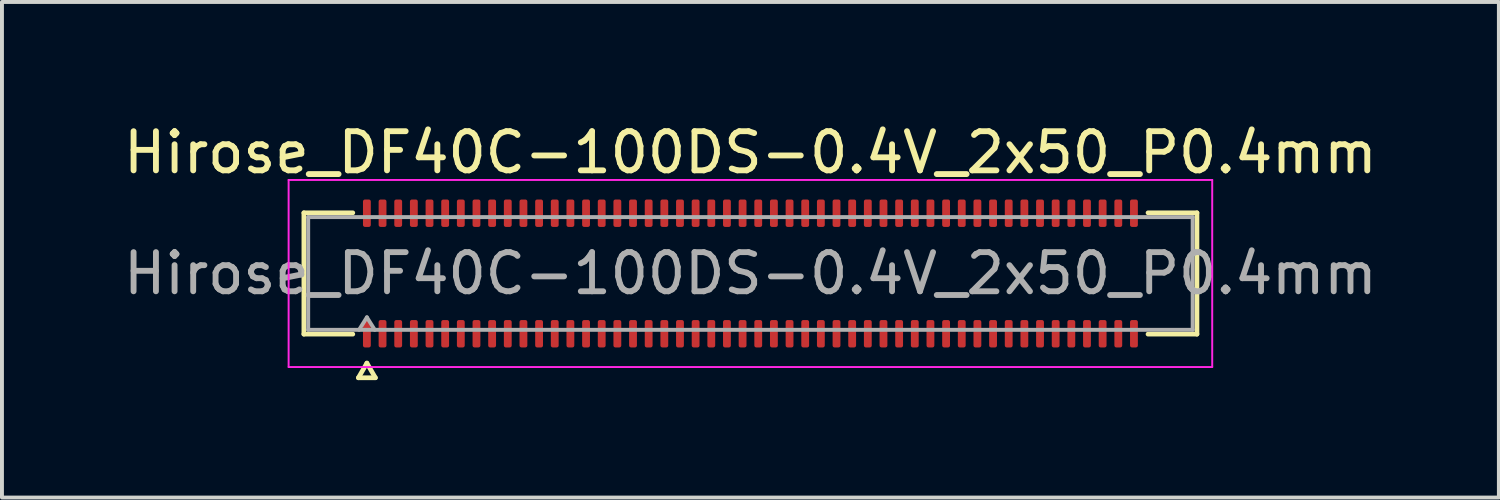
<source format=kicad_pcb>
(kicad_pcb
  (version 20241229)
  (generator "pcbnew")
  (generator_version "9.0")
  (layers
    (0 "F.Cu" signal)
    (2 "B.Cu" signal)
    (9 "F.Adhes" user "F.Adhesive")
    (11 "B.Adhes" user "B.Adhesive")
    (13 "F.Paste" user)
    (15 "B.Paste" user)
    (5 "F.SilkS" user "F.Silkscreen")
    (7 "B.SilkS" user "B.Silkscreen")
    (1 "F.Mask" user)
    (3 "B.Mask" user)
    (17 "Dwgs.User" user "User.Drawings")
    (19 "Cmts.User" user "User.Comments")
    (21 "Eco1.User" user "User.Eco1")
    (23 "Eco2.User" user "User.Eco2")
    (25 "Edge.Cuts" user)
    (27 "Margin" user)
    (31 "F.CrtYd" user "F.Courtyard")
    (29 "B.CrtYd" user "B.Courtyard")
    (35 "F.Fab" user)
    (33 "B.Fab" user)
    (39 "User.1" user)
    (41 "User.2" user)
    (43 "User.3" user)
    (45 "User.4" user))
  (footprint "Hirose_DF40C-100DS-0.4V_2x50_P0.4mm"
    (layer "F.Cu")
    (at 16.125 3.938)
    (property "Reference" "Hirose_DF40C-100DS-0.4V_2x50_P0.4mm" (at 0 -3.09 0) (layer "F.SilkS") (effects (font (size 1 1) (thickness 0.15))))
    (attr smd)
    (fp_line (start -11.41 -1.55) (end -10.16 -1.55) (stroke (width 0.12) (type solid)) (layer "F.SilkS"))
    (fp_line (start -11.41 1.55) (end -11.41 -1.55) (stroke (width 0.12) (type solid)) (layer "F.SilkS"))
    (fp_line (start -10.16 1.55) (end -11.41 1.55) (stroke (width 0.12) (type solid)) (layer "F.SilkS"))
    (fp_line (start -10.017 2.665) (end -9.8 2.29) (stroke (width 0.12) (type solid)) (layer "F.SilkS"))
    (fp_line (start -9.8 2.29) (end -9.583 2.665) (stroke (width 0.12) (type solid)) (layer "F.SilkS"))
    (fp_line (start -9.583 2.665) (end -10.017 2.665) (stroke (width 0.12) (type solid)) (layer "F.SilkS"))
    (fp_line (start 10.16 -1.55) (end 11.41 -1.55) (stroke (width 0.12) (type solid)) (layer "F.SilkS"))
    (fp_line (start 11.41 -1.55) (end 11.41 1.55) (stroke (width 0.12) (type solid)) (layer "F.SilkS"))
    (fp_line (start 11.41 1.55) (end 10.16 1.55) (stroke (width 0.12) (type solid)) (layer "F.SilkS"))
    (fp_line (start -11.8 -2.39) (end -11.8 2.39) (stroke (width 0.05) (type solid)) (layer "F.CrtYd"))
    (fp_line (start -11.8 2.39) (end 11.8 2.39) (stroke (width 0.05) (type solid)) (layer "F.CrtYd"))
    (fp_line (start 11.8 -2.39) (end -11.8 -2.39) (stroke (width 0.05) (type solid)) (layer "F.CrtYd"))
    (fp_line (start 11.8 2.39) (end 11.8 -2.39) (stroke (width 0.05) (type solid)) (layer "F.CrtYd"))
    (fp_line (start -11.3 -1.44) (end 11.3 -1.44) (stroke (width 0.1) (type solid)) (layer "F.Fab"))
    (fp_line (start -11.3 1.44) (end -11.3 -1.44) (stroke (width 0.1) (type solid)) (layer "F.Fab"))
    (fp_line (start -10 1.44) (end -9.8 1.12) (stroke (width 0.1) (type solid)) (layer "F.Fab"))
    (fp_line (start -9.8 1.12) (end -9.6 1.44) (stroke (width 0.1) (type solid)) (layer "F.Fab"))
    (fp_line (start 11.3 -1.44) (end 11.3 1.44) (stroke (width 0.1) (type solid)) (layer "F.Fab"))
    (fp_line (start 11.3 1.44) (end -11.3 1.44) (stroke (width 0.1) (type solid)) (layer "F.Fab"))
    (fp_text user "${REFERENCE}" (at 0 0 0) (layer "F.Fab") (effects (font (size 1 1) (thickness 0.15))))
    (pad "1" smd roundrect (at -9.8 1.54) (size 0.2 0.7) (layers "F.Cu" "F.Mask" "F.Paste") (roundrect_rratio 0.25))
    (pad "2" smd roundrect (at -9.8 -1.54) (size 0.2 0.7) (layers "F.Cu" "F.Mask" "F.Paste") (roundrect_rratio 0.25))
    (pad "3" smd roundrect (at -9.4 1.54) (size 0.2 0.7) (layers "F.Cu" "F.Mask" "F.Paste") (roundrect_rratio 0.25))
    (pad "4" smd roundrect (at -9.4 -1.54) (size 0.2 0.7) (layers "F.Cu" "F.Mask" "F.Paste") (roundrect_rratio 0.25))
    (pad "5" smd roundrect (at -9 1.54) (size 0.2 0.7) (layers "F.Cu" "F.Mask" "F.Paste") (roundrect_rratio 0.25))
    (pad "6" smd roundrect (at -9 -1.54) (size 0.2 0.7) (layers "F.Cu" "F.Mask" "F.Paste") (roundrect_rratio 0.25))
    (pad "7" smd roundrect (at -8.6 1.54) (size 0.2 0.7) (layers "F.Cu" "F.Mask" "F.Paste") (roundrect_rratio 0.25))
    (pad "8" smd roundrect (at -8.6 -1.54) (size 0.2 0.7) (layers "F.Cu" "F.Mask" "F.Paste") (roundrect_rratio 0.25))
    (pad "9" smd roundrect (at -8.2 1.54) (size 0.2 0.7) (layers "F.Cu" "F.Mask" "F.Paste") (roundrect_rratio 0.25))
    (pad "10" smd roundrect (at -8.2 -1.54) (size 0.2 0.7) (layers "F.Cu" "F.Mask" "F.Paste") (roundrect_rratio 0.25))
    (pad "11" smd roundrect (at -7.8 1.54) (size 0.2 0.7) (layers "F.Cu" "F.Mask" "F.Paste") (roundrect_rratio 0.25))
    (pad "12" smd roundrect (at -7.8 -1.54) (size 0.2 0.7) (layers "F.Cu" "F.Mask" "F.Paste") (roundrect_rratio 0.25))
    (pad "13" smd roundrect (at -7.4 1.54) (size 0.2 0.7) (layers "F.Cu" "F.Mask" "F.Paste") (roundrect_rratio 0.25))
    (pad "14" smd roundrect (at -7.4 -1.54) (size 0.2 0.7) (layers "F.Cu" "F.Mask" "F.Paste") (roundrect_rratio 0.25))
    (pad "15" smd roundrect (at -7 1.54) (size 0.2 0.7) (layers "F.Cu" "F.Mask" "F.Paste") (roundrect_rratio 0.25))
    (pad "16" smd roundrect (at -7 -1.54) (size 0.2 0.7) (layers "F.Cu" "F.Mask" "F.Paste") (roundrect_rratio 0.25))
    (pad "17" smd roundrect (at -6.6 1.54) (size 0.2 0.7) (layers "F.Cu" "F.Mask" "F.Paste") (roundrect_rratio 0.25))
    (pad "18" smd roundrect (at -6.6 -1.54) (size 0.2 0.7) (layers "F.Cu" "F.Mask" "F.Paste") (roundrect_rratio 0.25))
    (pad "19" smd roundrect (at -6.2 1.54) (size 0.2 0.7) (layers "F.Cu" "F.Mask" "F.Paste") (roundrect_rratio 0.25))
    (pad "20" smd roundrect (at -6.2 -1.54) (size 0.2 0.7) (layers "F.Cu" "F.Mask" "F.Paste") (roundrect_rratio 0.25))
    (pad "21" smd roundrect (at -5.8 1.54) (size 0.2 0.7) (layers "F.Cu" "F.Mask" "F.Paste") (roundrect_rratio 0.25))
    (pad "22" smd roundrect (at -5.8 -1.54) (size 0.2 0.7) (layers "F.Cu" "F.Mask" "F.Paste") (roundrect_rratio 0.25))
    (pad "23" smd roundrect (at -5.4 1.54) (size 0.2 0.7) (layers "F.Cu" "F.Mask" "F.Paste") (roundrect_rratio 0.25))
    (pad "24" smd roundrect (at -5.4 -1.54) (size 0.2 0.7) (layers "F.Cu" "F.Mask" "F.Paste") (roundrect_rratio 0.25))
    (pad "25" smd roundrect (at -5 1.54) (size 0.2 0.7) (layers "F.Cu" "F.Mask" "F.Paste") (roundrect_rratio 0.25))
    (pad "26" smd roundrect (at -5 -1.54) (size 0.2 0.7) (layers "F.Cu" "F.Mask" "F.Paste") (roundrect_rratio 0.25))
    (pad "27" smd roundrect (at -4.6 1.54) (size 0.2 0.7) (layers "F.Cu" "F.Mask" "F.Paste") (roundrect_rratio 0.25))
    (pad "28" smd roundrect (at -4.6 -1.54) (size 0.2 0.7) (layers "F.Cu" "F.Mask" "F.Paste") (roundrect_rratio 0.25))
    (pad "29" smd roundrect (at -4.2 1.54) (size 0.2 0.7) (layers "F.Cu" "F.Mask" "F.Paste") (roundrect_rratio 0.25))
    (pad "30" smd roundrect (at -4.2 -1.54) (size 0.2 0.7) (layers "F.Cu" "F.Mask" "F.Paste") (roundrect_rratio 0.25))
    (pad "31" smd roundrect (at -3.8 1.54) (size 0.2 0.7) (layers "F.Cu" "F.Mask" "F.Paste") (roundrect_rratio 0.25))
    (pad "32" smd roundrect (at -3.8 -1.54) (size 0.2 0.7) (layers "F.Cu" "F.Mask" "F.Paste") (roundrect_rratio 0.25))
    (pad "33" smd roundrect (at -3.4 1.54) (size 0.2 0.7) (layers "F.Cu" "F.Mask" "F.Paste") (roundrect_rratio 0.25))
    (pad "34" smd roundrect (at -3.4 -1.54) (size 0.2 0.7) (layers "F.Cu" "F.Mask" "F.Paste") (roundrect_rratio 0.25))
    (pad "35" smd roundrect (at -3 1.54) (size 0.2 0.7) (layers "F.Cu" "F.Mask" "F.Paste") (roundrect_rratio 0.25))
    (pad "36" smd roundrect (at -3 -1.54) (size 0.2 0.7) (layers "F.Cu" "F.Mask" "F.Paste") (roundrect_rratio 0.25))
    (pad "37" smd roundrect (at -2.6 1.54) (size 0.2 0.7) (layers "F.Cu" "F.Mask" "F.Paste") (roundrect_rratio 0.25))
    (pad "38" smd roundrect (at -2.6 -1.54) (size 0.2 0.7) (layers "F.Cu" "F.Mask" "F.Paste") (roundrect_rratio 0.25))
    (pad "39" smd roundrect (at -2.2 1.54) (size 0.2 0.7) (layers "F.Cu" "F.Mask" "F.Paste") (roundrect_rratio 0.25))
    (pad "40" smd roundrect (at -2.2 -1.54) (size 0.2 0.7) (layers "F.Cu" "F.Mask" "F.Paste") (roundrect_rratio 0.25))
    (pad "41" smd roundrect (at -1.8 1.54) (size 0.2 0.7) (layers "F.Cu" "F.Mask" "F.Paste") (roundrect_rratio 0.25))
    (pad "42" smd roundrect (at -1.8 -1.54) (size 0.2 0.7) (layers "F.Cu" "F.Mask" "F.Paste") (roundrect_rratio 0.25))
    (pad "43" smd roundrect (at -1.4 1.54) (size 0.2 0.7) (layers "F.Cu" "F.Mask" "F.Paste") (roundrect_rratio 0.25))
    (pad "44" smd roundrect (at -1.4 -1.54) (size 0.2 0.7) (layers "F.Cu" "F.Mask" "F.Paste") (roundrect_rratio 0.25))
    (pad "45" smd roundrect (at -1 1.54) (size 0.2 0.7) (layers "F.Cu" "F.Mask" "F.Paste") (roundrect_rratio 0.25))
    (pad "46" smd roundrect (at -1 -1.54) (size 0.2 0.7) (layers "F.Cu" "F.Mask" "F.Paste") (roundrect_rratio 0.25))
    (pad "47" smd roundrect (at -0.6 1.54) (size 0.2 0.7) (layers "F.Cu" "F.Mask" "F.Paste") (roundrect_rratio 0.25))
    (pad "48" smd roundrect (at -0.6 -1.54) (size 0.2 0.7) (layers "F.Cu" "F.Mask" "F.Paste") (roundrect_rratio 0.25))
    (pad "49" smd roundrect (at -0.2 1.54) (size 0.2 0.7) (layers "F.Cu" "F.Mask" "F.Paste") (roundrect_rratio 0.25))
    (pad "50" smd roundrect (at -0.2 -1.54) (size 0.2 0.7) (layers "F.Cu" "F.Mask" "F.Paste") (roundrect_rratio 0.25))
    (pad "51" smd roundrect (at 0.2 1.54) (size 0.2 0.7) (layers "F.Cu" "F.Mask" "F.Paste") (roundrect_rratio 0.25))
    (pad "52" smd roundrect (at 0.2 -1.54) (size 0.2 0.7) (layers "F.Cu" "F.Mask" "F.Paste") (roundrect_rratio 0.25))
    (pad "53" smd roundrect (at 0.6 1.54) (size 0.2 0.7) (layers "F.Cu" "F.Mask" "F.Paste") (roundrect_rratio 0.25))
    (pad "54" smd roundrect (at 0.6 -1.54) (size 0.2 0.7) (layers "F.Cu" "F.Mask" "F.Paste") (roundrect_rratio 0.25))
    (pad "55" smd roundrect (at 1 1.54) (size 0.2 0.7) (layers "F.Cu" "F.Mask" "F.Paste") (roundrect_rratio 0.25))
    (pad "56" smd roundrect (at 1 -1.54) (size 0.2 0.7) (layers "F.Cu" "F.Mask" "F.Paste") (roundrect_rratio 0.25))
    (pad "57" smd roundrect (at 1.4 1.54) (size 0.2 0.7) (layers "F.Cu" "F.Mask" "F.Paste") (roundrect_rratio 0.25))
    (pad "58" smd roundrect (at 1.4 -1.54) (size 0.2 0.7) (layers "F.Cu" "F.Mask" "F.Paste") (roundrect_rratio 0.25))
    (pad "59" smd roundrect (at 1.8 1.54) (size 0.2 0.7) (layers "F.Cu" "F.Mask" "F.Paste") (roundrect_rratio 0.25))
    (pad "60" smd roundrect (at 1.8 -1.54) (size 0.2 0.7) (layers "F.Cu" "F.Mask" "F.Paste") (roundrect_rratio 0.25))
    (pad "61" smd roundrect (at 2.2 1.54) (size 0.2 0.7) (layers "F.Cu" "F.Mask" "F.Paste") (roundrect_rratio 0.25))
    (pad "62" smd roundrect (at 2.2 -1.54) (size 0.2 0.7) (layers "F.Cu" "F.Mask" "F.Paste") (roundrect_rratio 0.25))
    (pad "63" smd roundrect (at 2.6 1.54) (size 0.2 0.7) (layers "F.Cu" "F.Mask" "F.Paste") (roundrect_rratio 0.25))
    (pad "64" smd roundrect (at 2.6 -1.54) (size 0.2 0.7) (layers "F.Cu" "F.Mask" "F.Paste") (roundrect_rratio 0.25))
    (pad "65" smd roundrect (at 3 1.54) (size 0.2 0.7) (layers "F.Cu" "F.Mask" "F.Paste") (roundrect_rratio 0.25))
    (pad "66" smd roundrect (at 3 -1.54) (size 0.2 0.7) (layers "F.Cu" "F.Mask" "F.Paste") (roundrect_rratio 0.25))
    (pad "67" smd roundrect (at 3.4 1.54) (size 0.2 0.7) (layers "F.Cu" "F.Mask" "F.Paste") (roundrect_rratio 0.25))
    (pad "68" smd roundrect (at 3.4 -1.54) (size 0.2 0.7) (layers "F.Cu" "F.Mask" "F.Paste") (roundrect_rratio 0.25))
    (pad "69" smd roundrect (at 3.8 1.54) (size 0.2 0.7) (layers "F.Cu" "F.Mask" "F.Paste") (roundrect_rratio 0.25))
    (pad "70" smd roundrect (at 3.8 -1.54) (size 0.2 0.7) (layers "F.Cu" "F.Mask" "F.Paste") (roundrect_rratio 0.25))
    (pad "71" smd roundrect (at 4.2 1.54) (size 0.2 0.7) (layers "F.Cu" "F.Mask" "F.Paste") (roundrect_rratio 0.25))
    (pad "72" smd roundrect (at 4.2 -1.54) (size 0.2 0.7) (layers "F.Cu" "F.Mask" "F.Paste") (roundrect_rratio 0.25))
    (pad "73" smd roundrect (at 4.6 1.54) (size 0.2 0.7) (layers "F.Cu" "F.Mask" "F.Paste") (roundrect_rratio 0.25))
    (pad "74" smd roundrect (at 4.6 -1.54) (size 0.2 0.7) (layers "F.Cu" "F.Mask" "F.Paste") (roundrect_rratio 0.25))
    (pad "75" smd roundrect (at 5 1.54) (size 0.2 0.7) (layers "F.Cu" "F.Mask" "F.Paste") (roundrect_rratio 0.25))
    (pad "76" smd roundrect (at 5 -1.54) (size 0.2 0.7) (layers "F.Cu" "F.Mask" "F.Paste") (roundrect_rratio 0.25))
    (pad "77" smd roundrect (at 5.4 1.54) (size 0.2 0.7) (layers "F.Cu" "F.Mask" "F.Paste") (roundrect_rratio 0.25))
    (pad "78" smd roundrect (at 5.4 -1.54) (size 0.2 0.7) (layers "F.Cu" "F.Mask" "F.Paste") (roundrect_rratio 0.25))
    (pad "79" smd roundrect (at 5.8 1.54) (size 0.2 0.7) (layers "F.Cu" "F.Mask" "F.Paste") (roundrect_rratio 0.25))
    (pad "80" smd roundrect (at 5.8 -1.54) (size 0.2 0.7) (layers "F.Cu" "F.Mask" "F.Paste") (roundrect_rratio 0.25))
    (pad "81" smd roundrect (at 6.2 1.54) (size 0.2 0.7) (layers "F.Cu" "F.Mask" "F.Paste") (roundrect_rratio 0.25))
    (pad "82" smd roundrect (at 6.2 -1.54) (size 0.2 0.7) (layers "F.Cu" "F.Mask" "F.Paste") (roundrect_rratio 0.25))
    (pad "83" smd roundrect (at 6.6 1.54) (size 0.2 0.7) (layers "F.Cu" "F.Mask" "F.Paste") (roundrect_rratio 0.25))
    (pad "84" smd roundrect (at 6.6 -1.54) (size 0.2 0.7) (layers "F.Cu" "F.Mask" "F.Paste") (roundrect_rratio 0.25))
    (pad "85" smd roundrect (at 7 1.54) (size 0.2 0.7) (layers "F.Cu" "F.Mask" "F.Paste") (roundrect_rratio 0.25))
    (pad "86" smd roundrect (at 7 -1.54) (size 0.2 0.7) (layers "F.Cu" "F.Mask" "F.Paste") (roundrect_rratio 0.25))
    (pad "87" smd roundrect (at 7.4 1.54) (size 0.2 0.7) (layers "F.Cu" "F.Mask" "F.Paste") (roundrect_rratio 0.25))
    (pad "88" smd roundrect (at 7.4 -1.54) (size 0.2 0.7) (layers "F.Cu" "F.Mask" "F.Paste") (roundrect_rratio 0.25))
    (pad "89" smd roundrect (at 7.8 1.54) (size 0.2 0.7) (layers "F.Cu" "F.Mask" "F.Paste") (roundrect_rratio 0.25))
    (pad "90" smd roundrect (at 7.8 -1.54) (size 0.2 0.7) (layers "F.Cu" "F.Mask" "F.Paste") (roundrect_rratio 0.25))
    (pad "91" smd roundrect (at 8.2 1.54) (size 0.2 0.7) (layers "F.Cu" "F.Mask" "F.Paste") (roundrect_rratio 0.25))
    (pad "92" smd roundrect (at 8.2 -1.54) (size 0.2 0.7) (layers "F.Cu" "F.Mask" "F.Paste") (roundrect_rratio 0.25))
    (pad "93" smd roundrect (at 8.6 1.54) (size 0.2 0.7) (layers "F.Cu" "F.Mask" "F.Paste") (roundrect_rratio 0.25))
    (pad "94" smd roundrect (at 8.6 -1.54) (size 0.2 0.7) (layers "F.Cu" "F.Mask" "F.Paste") (roundrect_rratio 0.25))
    (pad "95" smd roundrect (at 9 1.54) (size 0.2 0.7) (layers "F.Cu" "F.Mask" "F.Paste") (roundrect_rratio 0.25))
    (pad "96" smd roundrect (at 9 -1.54) (size 0.2 0.7) (layers "F.Cu" "F.Mask" "F.Paste") (roundrect_rratio 0.25))
    (pad "97" smd roundrect (at 9.4 1.54) (size 0.2 0.7) (layers "F.Cu" "F.Mask" "F.Paste") (roundrect_rratio 0.25))
    (pad "98" smd roundrect (at 9.4 -1.54) (size 0.2 0.7) (layers "F.Cu" "F.Mask" "F.Paste") (roundrect_rratio 0.25))
    (pad "99" smd roundrect (at 9.8 1.54) (size 0.2 0.7) (layers "F.Cu" "F.Mask" "F.Paste") (roundrect_rratio 0.25))
    (pad "100" smd roundrect (at 9.8 -1.54) (size 0.2 0.7) (layers "F.Cu" "F.Mask" "F.Paste") (roundrect_rratio 0.25)))
  (gr_rect
    (start -3 -3)
    (end 35.25 9.663)
    (stroke (width 0.1) (type default))
    (fill no)
    (layer "Edge.Cuts")))
</source>
